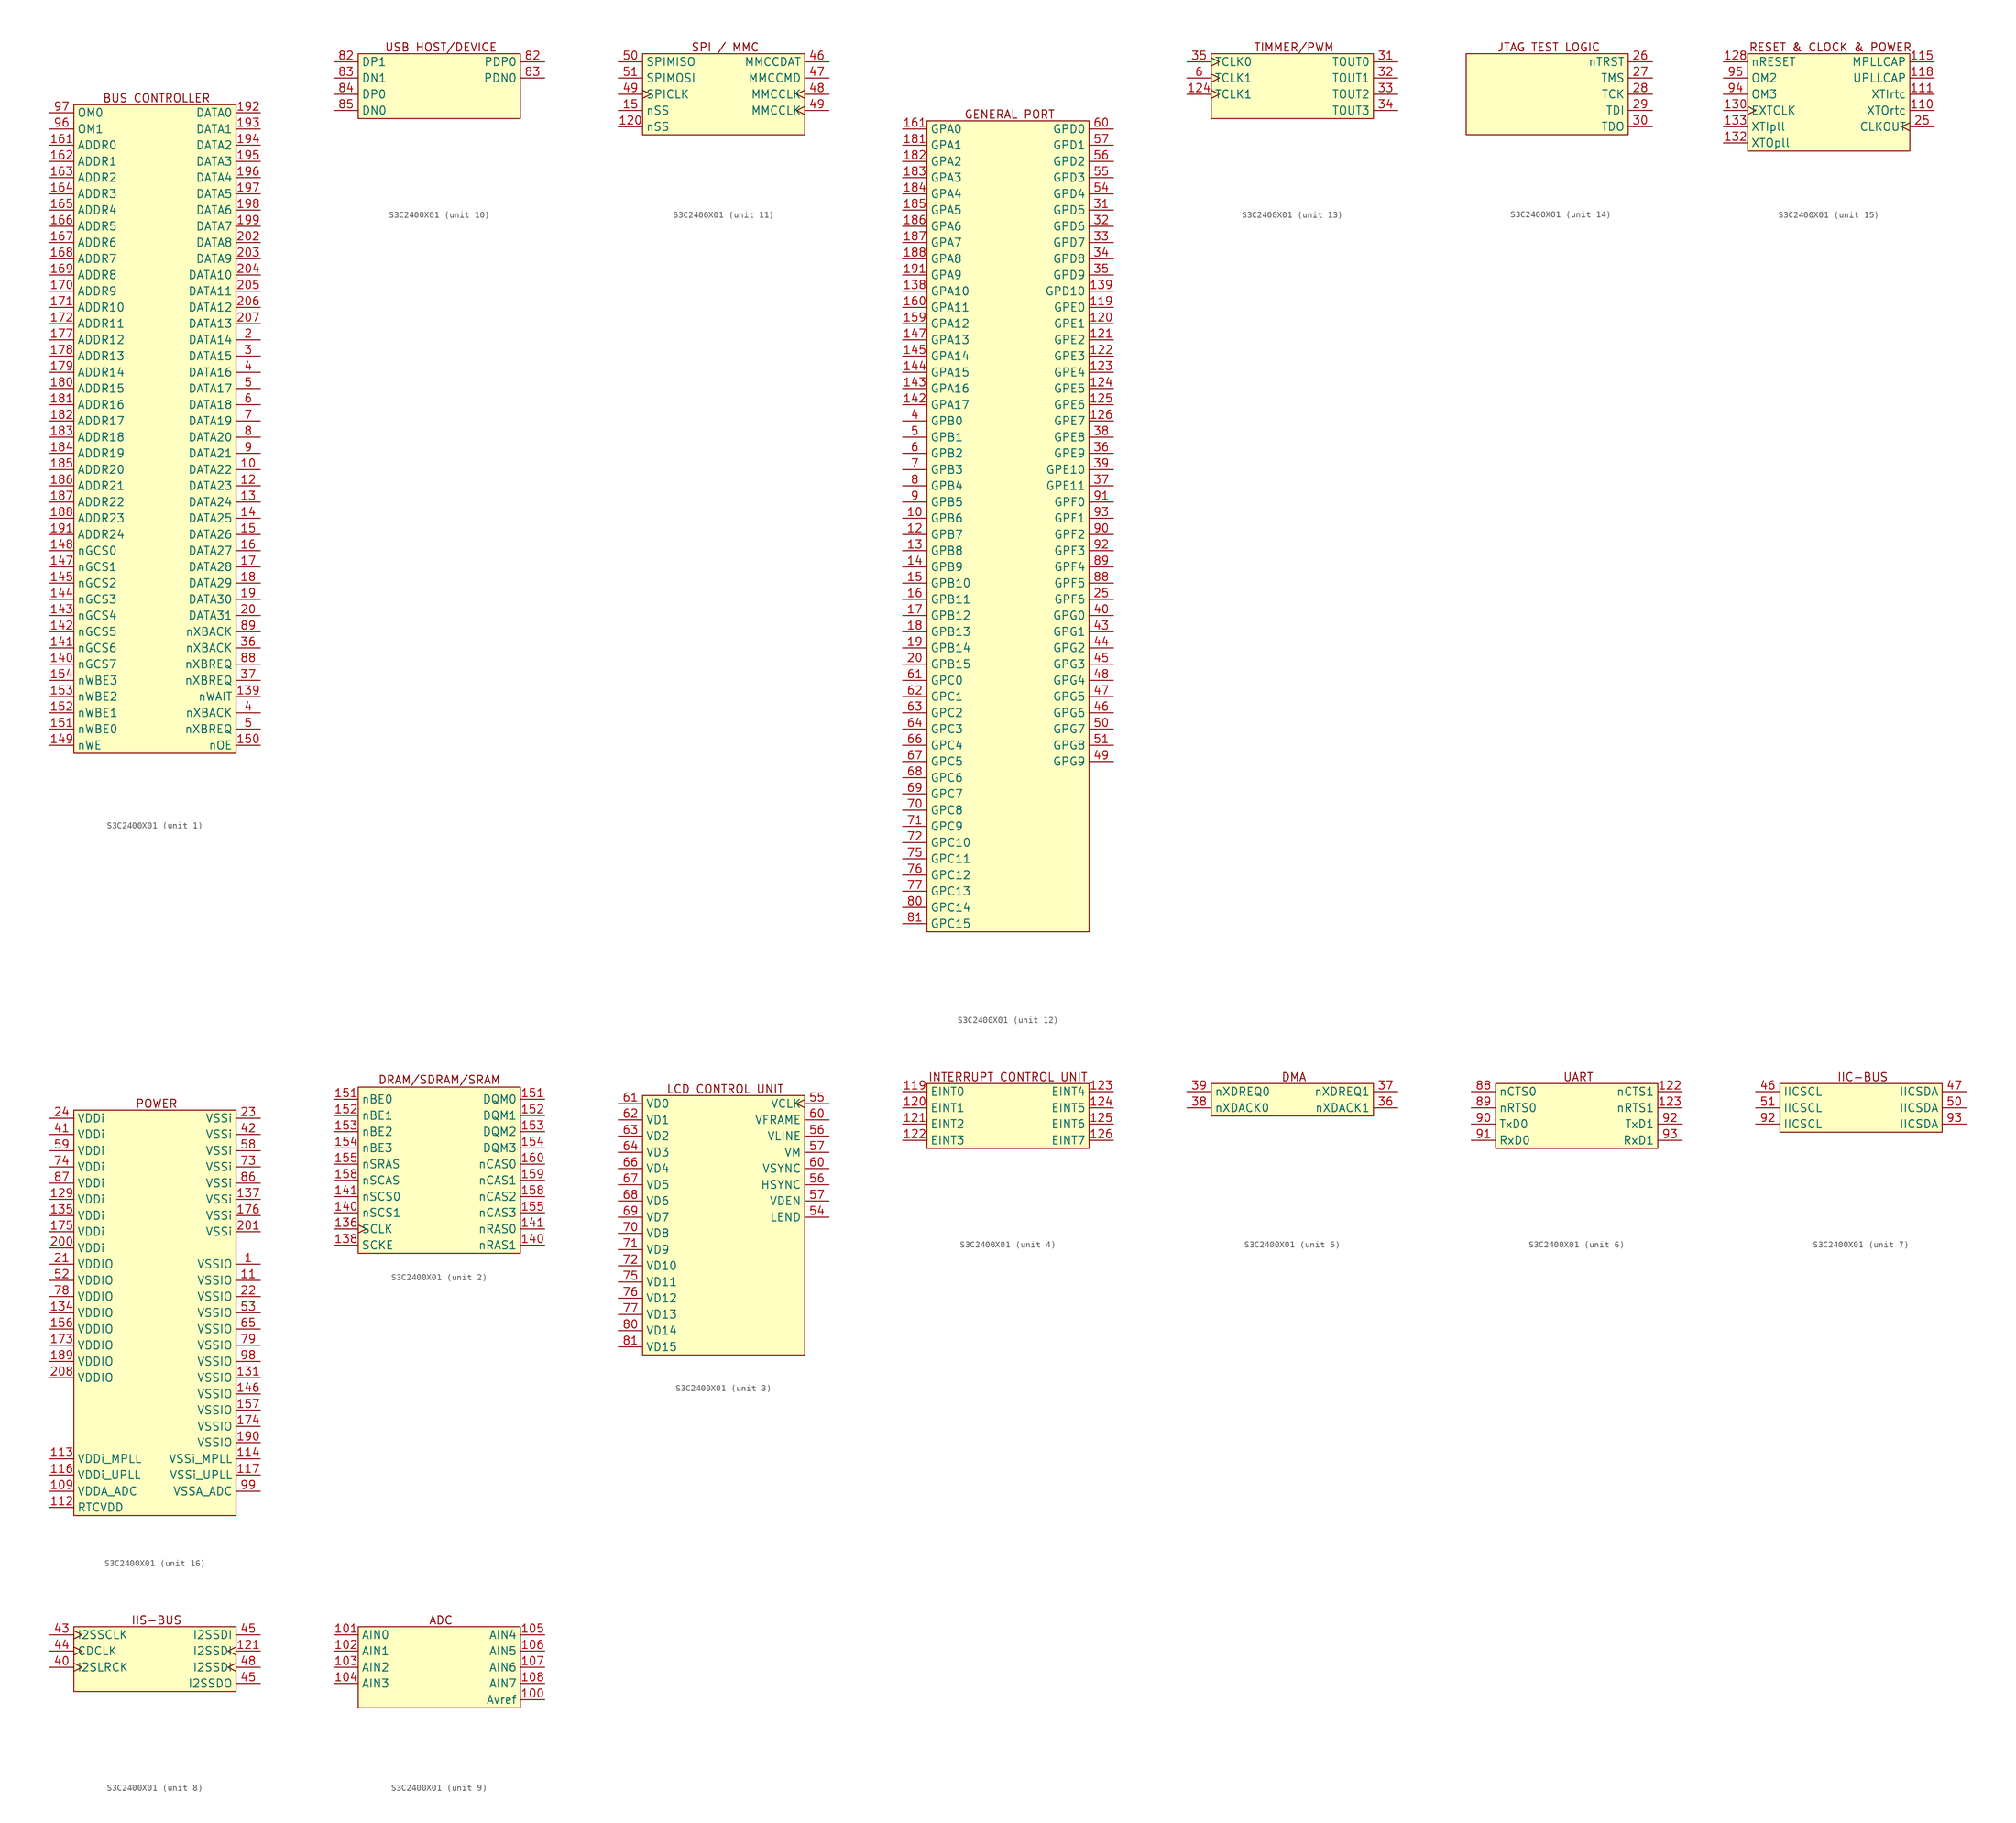
<source format=kicad_sym>
(kicad_symbol_lib
  (version 20241209)
  (generator "kicad_symbol_editor")
  (generator_version "9.0")
  (symbol "S3C2400X01"
    (property "Reference" "U"
      (at 0 -1.016 0)
      (effects (font (size 1.27 1.27)) (hide yes)))
    (property "Value" ""
      (at 0 0 0)
      (effects (font (size 1.27 1.27))))
    (property "ki_locked" ""
      (at 0 0 0)
      (effects (font (size 1.27 1.27))))
    (symbol "S3C2400X01_1_0"
      (pin input line (at -16.51 20.32 0) (length 3.81) (name "OM0" (effects (font (size 1.27 1.27)))) (number "97" (effects (font (size 1.27 1.27)))))
      (pin input line (at -16.51 17.78 0) (length 3.81) (name "OM1" (effects (font (size 1.27 1.27)))) (number "96" (effects (font (size 1.27 1.27)))))
      (pin output line (at -16.51 15.24 0) (length 3.81) (name "ADDR0" (effects (font (size 1.27 1.27)))) (number "161" (effects (font (size 1.27 1.27)))))
      (pin output line (at -16.51 12.7 0) (length 3.81) (name "ADDR1" (effects (font (size 1.27 1.27)))) (number "162" (effects (font (size 1.27 1.27)))))
      (pin output line (at -16.51 10.16 0) (length 3.81) (name "ADDR2" (effects (font (size 1.27 1.27)))) (number "163" (effects (font (size 1.27 1.27)))))
      (pin output line (at -16.51 7.62 0) (length 3.81) (name "ADDR3" (effects (font (size 1.27 1.27)))) (number "164" (effects (font (size 1.27 1.27)))))
      (pin output line (at -16.51 5.08 0) (length 3.81) (name "ADDR4" (effects (font (size 1.27 1.27)))) (number "165" (effects (font (size 1.27 1.27)))))
      (pin output line (at -16.51 2.54 0) (length 3.81) (name "ADDR5" (effects (font (size 1.27 1.27)))) (number "166" (effects (font (size 1.27 1.27)))))
      (pin output line (at -16.51 0 0) (length 3.81) (name "ADDR6" (effects (font (size 1.27 1.27)))) (number "167" (effects (font (size 1.27 1.27)))))
      (pin output line (at -16.51 -2.54 0) (length 3.81) (name "ADDR7" (effects (font (size 1.27 1.27)))) (number "168" (effects (font (size 1.27 1.27)))))
      (pin output line (at -16.51 -5.08 0) (length 3.81) (name "ADDR8" (effects (font (size 1.27 1.27)))) (number "169" (effects (font (size 1.27 1.27)))))
      (pin output line (at -16.51 -7.62 0) (length 3.81) (name "ADDR9" (effects (font (size 1.27 1.27)))) (number "170" (effects (font (size 1.27 1.27)))))
      (pin output line (at -16.51 -10.16 0) (length 3.81) (name "ADDR10" (effects (font (size 1.27 1.27)))) (number "171" (effects (font (size 1.27 1.27)))))
      (pin output line (at -16.51 -12.7 0) (length 3.81) (name "ADDR11" (effects (font (size 1.27 1.27)))) (number "172" (effects (font (size 1.27 1.27)))))
      (pin output line (at -16.51 -15.24 0) (length 3.81) (name "ADDR12" (effects (font (size 1.27 1.27)))) (number "177" (effects (font (size 1.27 1.27)))))
      (pin output line (at -16.51 -17.78 0) (length 3.81) (name "ADDR13" (effects (font (size 1.27 1.27)))) (number "178" (effects (font (size 1.27 1.27)))))
      (pin output line (at -16.51 -20.32 0) (length 3.81) (name "ADDR14" (effects (font (size 1.27 1.27)))) (number "179" (effects (font (size 1.27 1.27)))))
      (pin output line (at -16.51 -22.86 0) (length 3.81) (name "ADDR15" (effects (font (size 1.27 1.27)))) (number "180" (effects (font (size 1.27 1.27)))))
      (pin output line (at -16.51 -25.4 0) (length 3.81) (name "ADDR16" (effects (font (size 1.27 1.27)))) (number "181" (effects (font (size 1.27 1.27)))))
      (pin output line (at -16.51 -27.94 0) (length 3.81) (name "ADDR17" (effects (font (size 1.27 1.27)))) (number "182" (effects (font (size 1.27 1.27)))))
      (pin output line (at -16.51 -30.48 0) (length 3.81) (name "ADDR18" (effects (font (size 1.27 1.27)))) (number "183" (effects (font (size 1.27 1.27)))))
      (pin output line (at -16.51 -33.02 0) (length 3.81) (name "ADDR19" (effects (font (size 1.27 1.27)))) (number "184" (effects (font (size 1.27 1.27)))))
      (pin output line (at -16.51 -35.56 0) (length 3.81) (name "ADDR20" (effects (font (size 1.27 1.27)))) (number "185" (effects (font (size 1.27 1.27)))))
      (pin output line (at -16.51 -38.1 0) (length 3.81) (name "ADDR21" (effects (font (size 1.27 1.27)))) (number "186" (effects (font (size 1.27 1.27)))))
      (pin output line (at -16.51 -40.64 0) (length 3.81) (name "ADDR22" (effects (font (size 1.27 1.27)))) (number "187" (effects (font (size 1.27 1.27)))))
      (pin output line (at -16.51 -43.18 0) (length 3.81) (name "ADDR23" (effects (font (size 1.27 1.27)))) (number "188" (effects (font (size 1.27 1.27)))))
      (pin output line (at -16.51 -45.72 0) (length 3.81) (name "ADDR24" (effects (font (size 1.27 1.27)))) (number "191" (effects (font (size 1.27 1.27)))))
      (pin output line (at -16.51 -48.26 0) (length 3.81) (name "nGCS0" (effects (font (size 1.27 1.27)))) (number "148" (effects (font (size 1.27 1.27)))))
      (pin output line (at -16.51 -50.8 0) (length 3.81) (name "nGCS1" (effects (font (size 1.27 1.27)))) (number "147" (effects (font (size 1.27 1.27)))))
      (pin output line (at -16.51 -53.34 0) (length 3.81) (name "nGCS2" (effects (font (size 1.27 1.27)))) (number "145" (effects (font (size 1.27 1.27)))))
      (pin output line (at -16.51 -55.88 0) (length 3.81) (name "nGCS3" (effects (font (size 1.27 1.27)))) (number "144" (effects (font (size 1.27 1.27)))))
      (pin output line (at -16.51 -58.42 0) (length 3.81) (name "nGCS4" (effects (font (size 1.27 1.27)))) (number "143" (effects (font (size 1.27 1.27)))))
      (pin output line (at -16.51 -60.96 0) (length 3.81) (name "nGCS5" (effects (font (size 1.27 1.27)))) (number "142" (effects (font (size 1.27 1.27)))))
      (pin output line (at -16.51 -63.5 0) (length 3.81) (name "nGCS6" (effects (font (size 1.27 1.27)))) (number "141" (effects (font (size 1.27 1.27)))))
      (pin output line (at -16.51 -66.04 0) (length 3.81) (name "nGCS7" (effects (font (size 1.27 1.27)))) (number "140" (effects (font (size 1.27 1.27)))))
      (pin output line (at -16.51 -68.58 0) (length 3.81) (name "nWBE3" (effects (font (size 1.27 1.27)))) (number "154" (effects (font (size 1.27 1.27)))))
      (pin output line (at -16.51 -71.12 0) (length 3.81) (name "nWBE2" (effects (font (size 1.27 1.27)))) (number "153" (effects (font (size 1.27 1.27)))))
      (pin output line (at -16.51 -73.66 0) (length 3.81) (name "nWBE1" (effects (font (size 1.27 1.27)))) (number "152" (effects (font (size 1.27 1.27)))))
      (pin output line (at -16.51 -76.2 0) (length 3.81) (name "nWBE0" (effects (font (size 1.27 1.27)))) (number "151" (effects (font (size 1.27 1.27)))))
      (pin output line (at -16.51 -78.74 0) (length 3.81) (name "nWE" (effects (font (size 1.27 1.27)))) (number "149" (effects (font (size 1.27 1.27)))))
      (pin bidirectional line (at 16.51 20.32 180) (length 3.81) (name "DATA0" (effects (font (size 1.27 1.27)))) (number "192" (effects (font (size 1.27 1.27)))))
      (pin bidirectional line (at 16.51 17.78 180) (length 3.81) (name "DATA1" (effects (font (size 1.27 1.27)))) (number "193" (effects (font (size 1.27 1.27)))))
      (pin bidirectional line (at 16.51 15.24 180) (length 3.81) (name "DATA2" (effects (font (size 1.27 1.27)))) (number "194" (effects (font (size 1.27 1.27)))))
      (pin bidirectional line (at 16.51 12.7 180) (length 3.81) (name "DATA3" (effects (font (size 1.27 1.27)))) (number "195" (effects (font (size 1.27 1.27)))))
      (pin bidirectional line (at 16.51 10.16 180) (length 3.81) (name "DATA4" (effects (font (size 1.27 1.27)))) (number "196" (effects (font (size 1.27 1.27)))))
      (pin bidirectional line (at 16.51 7.62 180) (length 3.81) (name "DATA5" (effects (font (size 1.27 1.27)))) (number "197" (effects (font (size 1.27 1.27)))))
      (pin bidirectional line (at 16.51 5.08 180) (length 3.81) (name "DATA6" (effects (font (size 1.27 1.27)))) (number "198" (effects (font (size 1.27 1.27)))))
      (pin bidirectional line (at 16.51 2.54 180) (length 3.81) (name "DATA7" (effects (font (size 1.27 1.27)))) (number "199" (effects (font (size 1.27 1.27)))))
      (pin bidirectional line (at 16.51 0 180) (length 3.81) (name "DATA8" (effects (font (size 1.27 1.27)))) (number "202" (effects (font (size 1.27 1.27)))))
      (pin bidirectional line (at 16.51 -2.54 180) (length 3.81) (name "DATA9" (effects (font (size 1.27 1.27)))) (number "203" (effects (font (size 1.27 1.27)))))
      (pin bidirectional line (at 16.51 -5.08 180) (length 3.81) (name "DATA10" (effects (font (size 1.27 1.27)))) (number "204" (effects (font (size 1.27 1.27)))))
      (pin bidirectional line (at 16.51 -7.62 180) (length 3.81) (name "DATA11" (effects (font (size 1.27 1.27)))) (number "205" (effects (font (size 1.27 1.27)))))
      (pin bidirectional line (at 16.51 -10.16 180) (length 3.81) (name "DATA12" (effects (font (size 1.27 1.27)))) (number "206" (effects (font (size 1.27 1.27)))))
      (pin bidirectional line (at 16.51 -12.7 180) (length 3.81) (name "DATA13" (effects (font (size 1.27 1.27)))) (number "207" (effects (font (size 1.27 1.27)))))
      (pin bidirectional line (at 16.51 -15.24 180) (length 3.81) (name "DATA14" (effects (font (size 1.27 1.27)))) (number "2" (effects (font (size 1.27 1.27)))))
      (pin bidirectional line (at 16.51 -17.78 180) (length 3.81) (name "DATA15" (effects (font (size 1.27 1.27)))) (number "3" (effects (font (size 1.27 1.27)))))
      (pin bidirectional line (at 16.51 -20.32 180) (length 3.81) (name "DATA16" (effects (font (size 1.27 1.27)))) (number "4" (effects (font (size 1.27 1.27)))))
      (pin bidirectional line (at 16.51 -22.86 180) (length 3.81) (name "DATA17" (effects (font (size 1.27 1.27)))) (number "5" (effects (font (size 1.27 1.27)))))
      (pin bidirectional line (at 16.51 -25.4 180) (length 3.81) (name "DATA18" (effects (font (size 1.27 1.27)))) (number "6" (effects (font (size 1.27 1.27)))))
      (pin bidirectional line (at 16.51 -27.94 180) (length 3.81) (name "DATA19" (effects (font (size 1.27 1.27)))) (number "7" (effects (font (size 1.27 1.27)))))
      (pin bidirectional line (at 16.51 -30.48 180) (length 3.81) (name "DATA20" (effects (font (size 1.27 1.27)))) (number "8" (effects (font (size 1.27 1.27)))))
      (pin bidirectional line (at 16.51 -33.02 180) (length 3.81) (name "DATA21" (effects (font (size 1.27 1.27)))) (number "9" (effects (font (size 1.27 1.27)))))
      (pin bidirectional line (at 16.51 -35.56 180) (length 3.81) (name "DATA22" (effects (font (size 1.27 1.27)))) (number "10" (effects (font (size 1.27 1.27)))))
      (pin bidirectional line (at 16.51 -38.1 180) (length 3.81) (name "DATA23" (effects (font (size 1.27 1.27)))) (number "12" (effects (font (size 1.27 1.27)))))
      (pin bidirectional line (at 16.51 -40.64 180) (length 3.81) (name "DATA24" (effects (font (size 1.27 1.27)))) (number "13" (effects (font (size 1.27 1.27)))))
      (pin bidirectional line (at 16.51 -43.18 180) (length 3.81) (name "DATA25" (effects (font (size 1.27 1.27)))) (number "14" (effects (font (size 1.27 1.27)))))
      (pin bidirectional line (at 16.51 -45.72 180) (length 3.81) (name "DATA26" (effects (font (size 1.27 1.27)))) (number "15" (effects (font (size 1.27 1.27)))))
      (pin bidirectional line (at 16.51 -48.26 180) (length 3.81) (name "DATA27" (effects (font (size 1.27 1.27)))) (number "16" (effects (font (size 1.27 1.27)))))
      (pin bidirectional line (at 16.51 -50.8 180) (length 3.81) (name "DATA28" (effects (font (size 1.27 1.27)))) (number "17" (effects (font (size 1.27 1.27)))))
      (pin bidirectional line (at 16.51 -53.34 180) (length 3.81) (name "DATA29" (effects (font (size 1.27 1.27)))) (number "18" (effects (font (size 1.27 1.27)))))
      (pin bidirectional line (at 16.51 -55.88 180) (length 3.81) (name "DATA30" (effects (font (size 1.27 1.27)))) (number "19" (effects (font (size 1.27 1.27)))))
      (pin bidirectional line (at 16.51 -58.42 180) (length 3.81) (name "DATA31" (effects (font (size 1.27 1.27)))) (number "20" (effects (font (size 1.27 1.27)))))
      (pin input line (at 16.51 -60.96 180) (length 3.81) (name "nXBACK" (effects (font (size 1.27 1.27)))) (number "89" (effects (font (size 1.27 1.27)))))
      (pin input line (at 16.51 -63.5 180) (length 3.81) (name "nXBACK" (effects (font (size 1.27 1.27)))) (number "36" (effects (font (size 1.27 1.27)))))
      (pin input line (at 16.51 -66.04 180) (length 3.81) (name "nXBREQ" (effects (font (size 1.27 1.27)))) (number "88" (effects (font (size 1.27 1.27)))))
      (pin input line (at 16.51 -68.58 180) (length 3.81) (name "nXBREQ" (effects (font (size 1.27 1.27)))) (number "37" (effects (font (size 1.27 1.27)))))
      (pin input line (at 16.51 -71.12 180) (length 3.81) (name "nWAIT" (effects (font (size 1.27 1.27)))) (number "139" (effects (font (size 1.27 1.27)))))
      (pin output line (at 16.51 -73.66 180) (length 3.81) (name "nXBACK" (effects (font (size 1.27 1.27)))) (number "4" (effects (font (size 1.27 1.27)))))
      (pin input line (at 16.51 -76.2 180) (length 3.81) (name "nXBREQ" (effects (font (size 1.27 1.27)))) (number "5" (effects (font (size 1.27 1.27)))))
      (pin output line (at 16.51 -78.74 180) (length 3.81) (name "nOE" (effects (font (size 1.27 1.27)))) (number "150" (effects (font (size 1.27 1.27))))))
    (symbol "S3C2400X01_1_1"
      (rectangle (start -12.7 21.59) (end 12.7 -80.01) (stroke (width 0) (type default)) (fill (type background)))
      (text "BUS CONTROLLER" (at 0.254 22.606 0) (effects (font (size 1.27 1.27)))))
    (symbol "S3C2400X01_2_0"
      (pin output line (at -16.51 19.05 0) (length 3.81) (name "nBE0" (effects (font (size 1.27 1.27)))) (number "151" (effects (font (size 1.27 1.27)))))
      (pin output line (at -16.51 16.51 0) (length 3.81) (name "nBE1" (effects (font (size 1.27 1.27)))) (number "152" (effects (font (size 1.27 1.27)))))
      (pin output line (at -16.51 13.97 0) (length 3.81) (name "nBE2" (effects (font (size 1.27 1.27)))) (number "153" (effects (font (size 1.27 1.27)))))
      (pin output line (at -16.51 11.43 0) (length 3.81) (name "nBE3" (effects (font (size 1.27 1.27)))) (number "154" (effects (font (size 1.27 1.27)))))
      (pin output line (at -16.51 8.89 0) (length 3.81) (name "nSRAS" (effects (font (size 1.27 1.27)))) (number "155" (effects (font (size 1.27 1.27)))))
      (pin output line (at -16.51 6.35 0) (length 3.81) (name "nSCAS" (effects (font (size 1.27 1.27)))) (number "158" (effects (font (size 1.27 1.27)))))
      (pin output line (at -16.51 3.81 0) (length 3.81) (name "nSCS0" (effects (font (size 1.27 1.27)))) (number "141" (effects (font (size 1.27 1.27)))))
      (pin output line (at -16.51 1.27 0) (length 3.81) (name "nSCS1" (effects (font (size 1.27 1.27)))) (number "140" (effects (font (size 1.27 1.27)))))
      (pin output clock (at -16.51 -1.27 0) (length 3.81) (name "SCLK" (effects (font (size 1.27 1.27)))) (number "136" (effects (font (size 1.27 1.27)))))
      (pin output line (at -16.51 -3.81 0) (length 3.81) (name "SCKE" (effects (font (size 1.27 1.27)))) (number "138" (effects (font (size 1.27 1.27)))))
      (pin output line (at 16.51 19.05 180) (length 3.81) (name "DQM0" (effects (font (size 1.27 1.27)))) (number "151" (effects (font (size 1.27 1.27)))))
      (pin output line (at 16.51 16.51 180) (length 3.81) (name "DQM1" (effects (font (size 1.27 1.27)))) (number "152" (effects (font (size 1.27 1.27)))))
      (pin output line (at 16.51 13.97 180) (length 3.81) (name "DQM2" (effects (font (size 1.27 1.27)))) (number "153" (effects (font (size 1.27 1.27)))))
      (pin output line (at 16.51 11.43 180) (length 3.81) (name "DQM3" (effects (font (size 1.27 1.27)))) (number "154" (effects (font (size 1.27 1.27)))))
      (pin output line (at 16.51 8.89 180) (length 3.81) (name "nCAS0" (effects (font (size 1.27 1.27)))) (number "160" (effects (font (size 1.27 1.27)))))
      (pin output line (at 16.51 6.35 180) (length 3.81) (name "nCAS1" (effects (font (size 1.27 1.27)))) (number "159" (effects (font (size 1.27 1.27)))))
      (pin output line (at 16.51 3.81 180) (length 3.81) (name "nCAS2" (effects (font (size 1.27 1.27)))) (number "158" (effects (font (size 1.27 1.27)))))
      (pin output line (at 16.51 1.27 180) (length 3.81) (name "nCAS3" (effects (font (size 1.27 1.27)))) (number "155" (effects (font (size 1.27 1.27)))))
      (pin output line (at 16.51 -1.27 180) (length 3.81) (name "nRAS0" (effects (font (size 1.27 1.27)))) (number "141" (effects (font (size 1.27 1.27)))))
      (pin output line (at 16.51 -3.81 180) (length 3.81) (name "nRAS1" (effects (font (size 1.27 1.27)))) (number "140" (effects (font (size 1.27 1.27))))))
    (symbol "S3C2400X01_2_1"
      (rectangle (start -12.7 20.955) (end 12.7 -5.08) (stroke (width 0) (type default)) (fill (type background)))
      (text "DRAM/SDRAM/SRAM" (at 0 22.098 0) (effects (font (size 1.27 1.27)))))
    (symbol "S3C2400X01_3_0"
      (pin output line (at -16.51 20.32 0) (length 3.81) (name "VD0" (effects (font (size 1.27 1.27)))) (number "61" (effects (font (size 1.27 1.27)))))
      (pin output line (at -16.51 17.78 0) (length 3.81) (name "VD1" (effects (font (size 1.27 1.27)))) (number "62" (effects (font (size 1.27 1.27)))))
      (pin output line (at -16.51 15.24 0) (length 3.81) (name "VD2" (effects (font (size 1.27 1.27)))) (number "63" (effects (font (size 1.27 1.27)))))
      (pin output line (at -16.51 12.7 0) (length 3.81) (name "VD3" (effects (font (size 1.27 1.27)))) (number "64" (effects (font (size 1.27 1.27)))))
      (pin output line (at -16.51 10.16 0) (length 3.81) (name "VD4" (effects (font (size 1.27 1.27)))) (number "66" (effects (font (size 1.27 1.27)))))
      (pin output line (at -16.51 7.62 0) (length 3.81) (name "VD5" (effects (font (size 1.27 1.27)))) (number "67" (effects (font (size 1.27 1.27)))))
      (pin output line (at -16.51 5.08 0) (length 3.81) (name "VD6" (effects (font (size 1.27 1.27)))) (number "68" (effects (font (size 1.27 1.27)))))
      (pin output line (at -16.51 2.54 0) (length 3.81) (name "VD7" (effects (font (size 1.27 1.27)))) (number "69" (effects (font (size 1.27 1.27)))))
      (pin output line (at -16.51 0 0) (length 3.81) (name "VD8" (effects (font (size 1.27 1.27)))) (number "70" (effects (font (size 1.27 1.27)))))
      (pin output line (at -16.51 -2.54 0) (length 3.81) (name "VD9" (effects (font (size 1.27 1.27)))) (number "71" (effects (font (size 1.27 1.27)))))
      (pin output line (at -16.51 -5.08 0) (length 3.81) (name "VD10" (effects (font (size 1.27 1.27)))) (number "72" (effects (font (size 1.27 1.27)))))
      (pin output line (at -16.51 -7.62 0) (length 3.81) (name "VD11" (effects (font (size 1.27 1.27)))) (number "75" (effects (font (size 1.27 1.27)))))
      (pin output line (at -16.51 -10.16 0) (length 3.81) (name "VD12" (effects (font (size 1.27 1.27)))) (number "76" (effects (font (size 1.27 1.27)))))
      (pin output line (at -16.51 -12.7 0) (length 3.81) (name "VD13" (effects (font (size 1.27 1.27)))) (number "77" (effects (font (size 1.27 1.27)))))
      (pin output line (at -16.51 -15.24 0) (length 3.81) (name "VD14" (effects (font (size 1.27 1.27)))) (number "80" (effects (font (size 1.27 1.27)))))
      (pin output line (at -16.51 -17.78 0) (length 3.81) (name "VD15" (effects (font (size 1.27 1.27)))) (number "81" (effects (font (size 1.27 1.27)))))
      (pin output clock (at 16.51 20.32 180) (length 3.81) (name "VCLK" (effects (font (size 1.27 1.27)))) (number "55" (effects (font (size 1.27 1.27)))))
      (pin output line (at 16.51 17.78 180) (length 3.81) (name "VFRAME" (effects (font (size 1.27 1.27)))) (number "60" (effects (font (size 1.27 1.27)))))
      (pin output line (at 16.51 15.24 180) (length 3.81) (name "VLINE" (effects (font (size 1.27 1.27)))) (number "56" (effects (font (size 1.27 1.27)))))
      (pin output line (at 16.51 12.7 180) (length 3.81) (name "VM" (effects (font (size 1.27 1.27)))) (number "57" (effects (font (size 1.27 1.27)))))
      (pin output line (at 16.51 10.16 180) (length 3.81) (name "VSYNC" (effects (font (size 1.27 1.27)))) (number "60" (effects (font (size 1.27 1.27)))))
      (pin output line (at 16.51 7.62 180) (length 3.81) (name "HSYNC" (effects (font (size 1.27 1.27)))) (number "56" (effects (font (size 1.27 1.27)))))
      (pin output line (at 16.51 5.08 180) (length 3.81) (name "VDEN" (effects (font (size 1.27 1.27)))) (number "57" (effects (font (size 1.27 1.27)))))
      (pin output line (at 16.51 2.54 180) (length 3.81) (name "LEND" (effects (font (size 1.27 1.27)))) (number "54" (effects (font (size 1.27 1.27))))))
    (symbol "S3C2400X01_3_1"
      (rectangle (start -12.7 21.59) (end 12.7 -19.05) (stroke (width 0) (type default)) (fill (type background)))
      (text "LCD CONTROL UNIT" (at 0.254 22.606 0) (effects (font (size 1.27 1.27)))))
    (symbol "S3C2400X01_4_0"
      (pin input line (at -16.51 20.32 0) (length 3.81) (name "EINT0" (effects (font (size 1.27 1.27)))) (number "119" (effects (font (size 1.27 1.27)))))
      (pin input line (at -16.51 17.78 0) (length 3.81) (name "EINT1" (effects (font (size 1.27 1.27)))) (number "120" (effects (font (size 1.27 1.27)))))
      (pin input line (at -16.51 15.24 0) (length 3.81) (name "EINT2" (effects (font (size 1.27 1.27)))) (number "121" (effects (font (size 1.27 1.27)))))
      (pin input line (at -16.51 12.7 0) (length 3.81) (name "EINT3" (effects (font (size 1.27 1.27)))) (number "122" (effects (font (size 1.27 1.27)))))
      (pin input line (at 16.51 20.32 180) (length 3.81) (name "EINT4" (effects (font (size 1.27 1.27)))) (number "123" (effects (font (size 1.27 1.27)))))
      (pin input line (at 16.51 17.78 180) (length 3.81) (name "EINT5" (effects (font (size 1.27 1.27)))) (number "124" (effects (font (size 1.27 1.27)))))
      (pin input line (at 16.51 15.24 180) (length 3.81) (name "EINT6" (effects (font (size 1.27 1.27)))) (number "125" (effects (font (size 1.27 1.27)))))
      (pin input line (at 16.51 12.7 180) (length 3.81) (name "EINT7" (effects (font (size 1.27 1.27)))) (number "126" (effects (font (size 1.27 1.27))))))
    (symbol "S3C2400X01_4_1"
      (rectangle (start -12.7 21.59) (end 12.7 11.43) (stroke (width 0) (type default)) (fill (type background)))
      (text "INTERRUPT CONTROL UNIT" (at 0 22.606 0) (effects (font (size 1.27 1.27)))))
    (symbol "S3C2400X01_5_0"
      (pin input line (at -16.51 20.32 0) (length 3.81) (name "nXDREQ0" (effects (font (size 1.27 1.27)))) (number "39" (effects (font (size 1.27 1.27)))))
      (pin output line (at -16.51 17.78 0) (length 3.81) (name "nXDACK0" (effects (font (size 1.27 1.27)))) (number "38" (effects (font (size 1.27 1.27)))))
      (pin input line (at 16.51 20.32 180) (length 3.81) (name "nXDREQ1" (effects (font (size 1.27 1.27)))) (number "37" (effects (font (size 1.27 1.27)))))
      (pin output line (at 16.51 17.78 180) (length 3.81) (name "nXDACK1" (effects (font (size 1.27 1.27)))) (number "36" (effects (font (size 1.27 1.27))))))
    (symbol "S3C2400X01_5_1"
      (rectangle (start -12.7 21.59) (end 12.7 16.51) (stroke (width 0) (type default)) (fill (type background)))
      (text "DMA" (at 0.254 22.606 0) (effects (font (size 1.27 1.27)))))
    (symbol "S3C2400X01_6_0"
      (pin input line (at -16.51 20.32 0) (length 3.81) (name "nCTS0" (effects (font (size 1.27 1.27)))) (number "88" (effects (font (size 1.27 1.27)))))
      (pin output line (at -16.51 17.78 0) (length 3.81) (name "nRTS0" (effects (font (size 1.27 1.27)))) (number "89" (effects (font (size 1.27 1.27)))))
      (pin output line (at -16.51 15.24 0) (length 3.81) (name "TxD0" (effects (font (size 1.27 1.27)))) (number "90" (effects (font (size 1.27 1.27)))))
      (pin input line (at -16.51 12.7 0) (length 3.81) (name "RxD0" (effects (font (size 1.27 1.27)))) (number "91" (effects (font (size 1.27 1.27)))))
      (pin input line (at 16.51 20.32 180) (length 3.81) (name "nCTS1" (effects (font (size 1.27 1.27)))) (number "122" (effects (font (size 1.27 1.27)))))
      (pin output line (at 16.51 17.78 180) (length 3.81) (name "nRTS1" (effects (font (size 1.27 1.27)))) (number "123" (effects (font (size 1.27 1.27)))))
      (pin output line (at 16.51 15.24 180) (length 3.81) (name "TxD1" (effects (font (size 1.27 1.27)))) (number "92" (effects (font (size 1.27 1.27)))))
      (pin input line (at 16.51 12.7 180) (length 3.81) (name "RxD1" (effects (font (size 1.27 1.27)))) (number "93" (effects (font (size 1.27 1.27))))))
    (symbol "S3C2400X01_6_1"
      (rectangle (start -12.7 21.59) (end 12.7 11.43) (stroke (width 0) (type default)) (fill (type background)))
      (text "UART" (at 0.254 22.606 0) (effects (font (size 1.27 1.27)))))
    (symbol "S3C2400X01_7_0"
      (pin bidirectional line (at -16.51 20.32 0) (length 3.81) (name "IICSCL" (effects (font (size 1.27 1.27)))) (number "46" (effects (font (size 1.27 1.27)))))
      (pin bidirectional line (at -16.51 17.78 0) (length 3.81) (name "IICSCL" (effects (font (size 1.27 1.27)))) (number "51" (effects (font (size 1.27 1.27)))))
      (pin bidirectional line (at -16.51 15.24 0) (length 3.81) (name "IICSCL" (effects (font (size 1.27 1.27)))) (number "92" (effects (font (size 1.27 1.27)))))
      (pin bidirectional line (at 16.51 20.32 180) (length 3.81) (name "IICSDA" (effects (font (size 1.27 1.27)))) (number "47" (effects (font (size 1.27 1.27)))))
      (pin bidirectional line (at 16.51 17.78 180) (length 3.81) (name "IICSDA" (effects (font (size 1.27 1.27)))) (number "50" (effects (font (size 1.27 1.27)))))
      (pin bidirectional line (at 16.51 15.24 180) (length 3.81) (name "IICSDA" (effects (font (size 1.27 1.27)))) (number "93" (effects (font (size 1.27 1.27))))))
    (symbol "S3C2400X01_7_1"
      (rectangle (start -12.7 21.59) (end 12.7 13.97) (stroke (width 0) (type default)) (fill (type background)))
      (text "IIC-BUS" (at 0.254 22.606 0) (effects (font (size 1.27 1.27)))))
    (symbol "S3C2400X01_8_0"
      (pin bidirectional clock (at -16.51 20.32 0) (length 3.81) (name "I2SSCLK" (effects (font (size 1.27 1.27)))) (number "43" (effects (font (size 1.27 1.27)))))
      (pin output clock (at -16.51 17.78 0) (length 3.81) (name "CDCLK" (effects (font (size 1.27 1.27)))) (number "44" (effects (font (size 1.27 1.27)))))
      (pin bidirectional clock (at -16.51 15.24 0) (length 3.81) (name "I2SLRCK" (effects (font (size 1.27 1.27)))) (number "40" (effects (font (size 1.27 1.27)))))
      (pin input line (at 16.51 20.32 180) (length 3.81) (name "I2SSDI" (effects (font (size 1.27 1.27)))) (number "45" (effects (font (size 1.27 1.27)))))
      (pin input clock (at 16.51 17.78 180) (length 3.81) (name "I2SSDI" (effects (font (size 1.27 1.27)))) (number "121" (effects (font (size 1.27 1.27)))))
      (pin input clock (at 16.51 15.24 180) (length 3.81) (name "I2SSDI" (effects (font (size 1.27 1.27)))) (number "48" (effects (font (size 1.27 1.27)))))
      (pin output line (at 16.51 12.7 180) (length 3.81) (name "I2SSDO" (effects (font (size 1.27 1.27)))) (number "45" (effects (font (size 1.27 1.27))))))
    (symbol "S3C2400X01_8_1"
      (rectangle (start -12.7 21.59) (end 12.7 11.43) (stroke (width 0) (type default)) (fill (type background)))
      (text "IIS-BUS" (at 0.254 22.606 0) (effects (font (size 1.27 1.27)))))
    (symbol "S3C2400X01_9_0"
      (pin input line (at -16.51 20.32 0) (length 3.81) (name "AIN0" (effects (font (size 1.27 1.27)))) (number "101" (effects (font (size 1.27 1.27)))))
      (pin input line (at -16.51 17.78 0) (length 3.81) (name "AIN1" (effects (font (size 1.27 1.27)))) (number "102" (effects (font (size 1.27 1.27)))))
      (pin input line (at -16.51 15.24 0) (length 3.81) (name "AIN2" (effects (font (size 1.27 1.27)))) (number "103" (effects (font (size 1.27 1.27)))))
      (pin input line (at -16.51 12.7 0) (length 3.81) (name "AIN3" (effects (font (size 1.27 1.27)))) (number "104" (effects (font (size 1.27 1.27)))))
      (pin input line (at 16.51 20.32 180) (length 3.81) (name "AIN4" (effects (font (size 1.27 1.27)))) (number "105" (effects (font (size 1.27 1.27)))))
      (pin input line (at 16.51 17.78 180) (length 3.81) (name "AIN5" (effects (font (size 1.27 1.27)))) (number "106" (effects (font (size 1.27 1.27)))))
      (pin input line (at 16.51 15.24 180) (length 3.81) (name "AIN6" (effects (font (size 1.27 1.27)))) (number "107" (effects (font (size 1.27 1.27)))))
      (pin input line (at 16.51 12.7 180) (length 3.81) (name "AIN7" (effects (font (size 1.27 1.27)))) (number "108" (effects (font (size 1.27 1.27)))))
      (pin input line (at 16.51 10.16 180) (length 3.81) (name "Avref" (effects (font (size 1.27 1.27)))) (number "100" (effects (font (size 1.27 1.27))))))
    (symbol "S3C2400X01_9_1"
      (rectangle (start -12.7 21.59) (end 12.7 8.89) (stroke (width 0) (type default)) (fill (type background)))
      (text "ADC" (at 0.254 22.606 0) (effects (font (size 1.27 1.27)))))
    (symbol "S3C2400X01_10_0"
      (pin bidirectional line (at -16.51 20.32 0) (length 3.81) (name "DP1" (effects (font (size 1.27 1.27)))) (number "82" (effects (font (size 1.27 1.27)))))
      (pin bidirectional line (at -16.51 17.78 0) (length 3.81) (name "DN1" (effects (font (size 1.27 1.27)))) (number "83" (effects (font (size 1.27 1.27)))))
      (pin bidirectional line (at -16.51 15.24 0) (length 3.81) (name "DP0" (effects (font (size 1.27 1.27)))) (number "84" (effects (font (size 1.27 1.27)))))
      (pin bidirectional line (at -16.51 12.7 0) (length 3.81) (name "DN0" (effects (font (size 1.27 1.27)))) (number "85" (effects (font (size 1.27 1.27)))))
      (pin bidirectional line (at 16.51 20.32 180) (length 3.81) (name "PDP0" (effects (font (size 1.27 1.27)))) (number "82" (effects (font (size 1.27 1.27)))))
      (pin bidirectional line (at 16.51 17.78 180) (length 3.81) (name "PDN0" (effects (font (size 1.27 1.27)))) (number "83" (effects (font (size 1.27 1.27))))))
    (symbol "S3C2400X01_10_1"
      (rectangle (start -12.7 21.59) (end 12.7 11.43) (stroke (width 0) (type default)) (fill (type background)))
      (text "USB HOST/DEVICE" (at 0.254 22.606 0) (effects (font (size 1.27 1.27)))))
    (symbol "S3C2400X01_11_0"
      (pin bidirectional line (at -16.51 20.32 0) (length 3.81) (name "SPIMISO" (effects (font (size 1.27 1.27)))) (number "50" (effects (font (size 1.27 1.27)))))
      (pin bidirectional line (at -16.51 17.78 0) (length 3.81) (name "SPIMOSI" (effects (font (size 1.27 1.27)))) (number "51" (effects (font (size 1.27 1.27)))))
      (pin bidirectional clock (at -16.51 15.24 0) (length 3.81) (name "SPICLK" (effects (font (size 1.27 1.27)))) (number "49" (effects (font (size 1.27 1.27)))))
      (pin bidirectional line (at -16.51 12.7 0) (length 3.81) (name "nSS" (effects (font (size 1.27 1.27)))) (number "15" (effects (font (size 1.27 1.27)))))
      (pin bidirectional line (at -16.51 10.16 0) (length 3.81) (name "nSS" (effects (font (size 1.27 1.27)))) (number "120" (effects (font (size 1.27 1.27)))))
      (pin bidirectional line (at 16.51 20.32 180) (length 3.81) (name "MMCCDAT" (effects (font (size 1.27 1.27)))) (number "46" (effects (font (size 1.27 1.27)))))
      (pin bidirectional line (at 16.51 17.78 180) (length 3.81) (name "MMCCMD" (effects (font (size 1.27 1.27)))) (number "47" (effects (font (size 1.27 1.27)))))
      (pin output clock (at 16.51 15.24 180) (length 3.81) (name "MMCCLK" (effects (font (size 1.27 1.27)))) (number "48" (effects (font (size 1.27 1.27)))))
      (pin output clock (at 16.51 12.7 180) (length 3.81) (name "MMCCLK" (effects (font (size 1.27 1.27)))) (number "49" (effects (font (size 1.27 1.27))))))
    (symbol "S3C2400X01_11_1"
      (rectangle (start -12.7 21.59) (end 12.7 8.89) (stroke (width 0) (type default)) (fill (type background)))
      (text "SPI / MMC" (at 0.254 22.606 0) (effects (font (size 1.27 1.27)))))
    (symbol "S3C2400X01_12_0"
      (pin output line (at -16.51 20.32 0) (length 3.81) (name "GPA0" (effects (font (size 1.27 1.27)))) (number "161" (effects (font (size 1.27 1.27)))))
      (pin output line (at -16.51 17.78 0) (length 3.81) (name "GPA1" (effects (font (size 1.27 1.27)))) (number "181" (effects (font (size 1.27 1.27)))))
      (pin output line (at -16.51 15.24 0) (length 3.81) (name "GPA2" (effects (font (size 1.27 1.27)))) (number "182" (effects (font (size 1.27 1.27)))))
      (pin output line (at -16.51 12.7 0) (length 3.81) (name "GPA3" (effects (font (size 1.27 1.27)))) (number "183" (effects (font (size 1.27 1.27)))))
      (pin output line (at -16.51 10.16 0) (length 3.81) (name "GPA4" (effects (font (size 1.27 1.27)))) (number "184" (effects (font (size 1.27 1.27)))))
      (pin output line (at -16.51 7.62 0) (length 3.81) (name "GPA5" (effects (font (size 1.27 1.27)))) (number "185" (effects (font (size 1.27 1.27)))))
      (pin output line (at -16.51 5.08 0) (length 3.81) (name "GPA6" (effects (font (size 1.27 1.27)))) (number "186" (effects (font (size 1.27 1.27)))))
      (pin output line (at -16.51 2.54 0) (length 3.81) (name "GPA7" (effects (font (size 1.27 1.27)))) (number "187" (effects (font (size 1.27 1.27)))))
      (pin output line (at -16.51 0 0) (length 3.81) (name "GPA8" (effects (font (size 1.27 1.27)))) (number "188" (effects (font (size 1.27 1.27)))))
      (pin output line (at -16.51 -2.54 0) (length 3.81) (name "GPA9" (effects (font (size 1.27 1.27)))) (number "191" (effects (font (size 1.27 1.27)))))
      (pin output line (at -16.51 -5.08 0) (length 3.81) (name "GPA10" (effects (font (size 1.27 1.27)))) (number "138" (effects (font (size 1.27 1.27)))))
      (pin output line (at -16.51 -7.62 0) (length 3.81) (name "GPA11" (effects (font (size 1.27 1.27)))) (number "160" (effects (font (size 1.27 1.27)))))
      (pin output line (at -16.51 -10.16 0) (length 3.81) (name "GPA12" (effects (font (size 1.27 1.27)))) (number "159" (effects (font (size 1.27 1.27)))))
      (pin output line (at -16.51 -12.7 0) (length 3.81) (name "GPA13" (effects (font (size 1.27 1.27)))) (number "147" (effects (font (size 1.27 1.27)))))
      (pin output line (at -16.51 -15.24 0) (length 3.81) (name "GPA14" (effects (font (size 1.27 1.27)))) (number "145" (effects (font (size 1.27 1.27)))))
      (pin output line (at -16.51 -17.78 0) (length 3.81) (name "GPA15" (effects (font (size 1.27 1.27)))) (number "144" (effects (font (size 1.27 1.27)))))
      (pin output line (at -16.51 -20.32 0) (length 3.81) (name "GPA16" (effects (font (size 1.27 1.27)))) (number "143" (effects (font (size 1.27 1.27)))))
      (pin output line (at -16.51 -22.86 0) (length 3.81) (name "GPA17" (effects (font (size 1.27 1.27)))) (number "142" (effects (font (size 1.27 1.27)))))
      (pin bidirectional line (at -16.51 -25.4 0) (length 3.81) (name "GPB0" (effects (font (size 1.27 1.27)))) (number "4" (effects (font (size 1.27 1.27)))))
      (pin bidirectional line (at -16.51 -27.94 0) (length 3.81) (name "GPB1" (effects (font (size 1.27 1.27)))) (number "5" (effects (font (size 1.27 1.27)))))
      (pin bidirectional line (at -16.51 -30.48 0) (length 3.81) (name "GPB2" (effects (font (size 1.27 1.27)))) (number "6" (effects (font (size 1.27 1.27)))))
      (pin bidirectional line (at -16.51 -33.02 0) (length 3.81) (name "GPB3" (effects (font (size 1.27 1.27)))) (number "7" (effects (font (size 1.27 1.27)))))
      (pin bidirectional line (at -16.51 -35.56 0) (length 3.81) (name "GPB4" (effects (font (size 1.27 1.27)))) (number "8" (effects (font (size 1.27 1.27)))))
      (pin bidirectional line (at -16.51 -38.1 0) (length 3.81) (name "GPB5" (effects (font (size 1.27 1.27)))) (number "9" (effects (font (size 1.27 1.27)))))
      (pin bidirectional line (at -16.51 -40.64 0) (length 3.81) (name "GPB6" (effects (font (size 1.27 1.27)))) (number "10" (effects (font (size 1.27 1.27)))))
      (pin bidirectional line (at -16.51 -43.18 0) (length 3.81) (name "GPB7" (effects (font (size 1.27 1.27)))) (number "12" (effects (font (size 1.27 1.27)))))
      (pin bidirectional line (at -16.51 -45.72 0) (length 3.81) (name "GPB8" (effects (font (size 1.27 1.27)))) (number "13" (effects (font (size 1.27 1.27)))))
      (pin bidirectional line (at -16.51 -48.26 0) (length 3.81) (name "GPB9" (effects (font (size 1.27 1.27)))) (number "14" (effects (font (size 1.27 1.27)))))
      (pin bidirectional line (at -16.51 -50.8 0) (length 3.81) (name "GPB10" (effects (font (size 1.27 1.27)))) (number "15" (effects (font (size 1.27 1.27)))))
      (pin bidirectional line (at -16.51 -53.34 0) (length 3.81) (name "GPB11" (effects (font (size 1.27 1.27)))) (number "16" (effects (font (size 1.27 1.27)))))
      (pin bidirectional line (at -16.51 -55.88 0) (length 3.81) (name "GPB12" (effects (font (size 1.27 1.27)))) (number "17" (effects (font (size 1.27 1.27)))))
      (pin bidirectional line (at -16.51 -58.42 0) (length 3.81) (name "GPB13" (effects (font (size 1.27 1.27)))) (number "18" (effects (font (size 1.27 1.27)))))
      (pin bidirectional line (at -16.51 -60.96 0) (length 3.81) (name "GPB14" (effects (font (size 1.27 1.27)))) (number "19" (effects (font (size 1.27 1.27)))))
      (pin bidirectional line (at -16.51 -63.5 0) (length 3.81) (name "GPB15" (effects (font (size 1.27 1.27)))) (number "20" (effects (font (size 1.27 1.27)))))
      (pin bidirectional line (at -16.51 -66.04 0) (length 3.81) (name "GPC0" (effects (font (size 1.27 1.27)))) (number "61" (effects (font (size 1.27 1.27)))))
      (pin bidirectional line (at -16.51 -68.58 0) (length 3.81) (name "GPC1" (effects (font (size 1.27 1.27)))) (number "62" (effects (font (size 1.27 1.27)))))
      (pin bidirectional line (at -16.51 -71.12 0) (length 3.81) (name "GPC2" (effects (font (size 1.27 1.27)))) (number "63" (effects (font (size 1.27 1.27)))))
      (pin bidirectional line (at -16.51 -73.66 0) (length 3.81) (name "GPC3" (effects (font (size 1.27 1.27)))) (number "64" (effects (font (size 1.27 1.27)))))
      (pin bidirectional line (at -16.51 -76.2 0) (length 3.81) (name "GPC4" (effects (font (size 1.27 1.27)))) (number "66" (effects (font (size 1.27 1.27)))))
      (pin bidirectional line (at -16.51 -78.74 0) (length 3.81) (name "GPC5" (effects (font (size 1.27 1.27)))) (number "67" (effects (font (size 1.27 1.27)))))
      (pin bidirectional line (at -16.51 -81.28 0) (length 3.81) (name "GPC6" (effects (font (size 1.27 1.27)))) (number "68" (effects (font (size 1.27 1.27)))))
      (pin bidirectional line (at -16.51 -83.82 0) (length 3.81) (name "GPC7" (effects (font (size 1.27 1.27)))) (number "69" (effects (font (size 1.27 1.27)))))
      (pin bidirectional line (at -16.51 -86.36 0) (length 3.81) (name "GPC8" (effects (font (size 1.27 1.27)))) (number "70" (effects (font (size 1.27 1.27)))))
      (pin bidirectional line (at -16.51 -88.9 0) (length 3.81) (name "GPC9" (effects (font (size 1.27 1.27)))) (number "71" (effects (font (size 1.27 1.27)))))
      (pin bidirectional line (at -16.51 -91.44 0) (length 3.81) (name "GPC10" (effects (font (size 1.27 1.27)))) (number "72" (effects (font (size 1.27 1.27)))))
      (pin bidirectional line (at -16.51 -93.98 0) (length 3.81) (name "GPC11" (effects (font (size 1.27 1.27)))) (number "75" (effects (font (size 1.27 1.27)))))
      (pin bidirectional line (at -16.51 -96.52 0) (length 3.81) (name "GPC12" (effects (font (size 1.27 1.27)))) (number "76" (effects (font (size 1.27 1.27)))))
      (pin bidirectional line (at -16.51 -99.06 0) (length 3.81) (name "GPC13" (effects (font (size 1.27 1.27)))) (number "77" (effects (font (size 1.27 1.27)))))
      (pin bidirectional line (at -16.51 -101.6 0) (length 3.81) (name "GPC14" (effects (font (size 1.27 1.27)))) (number "80" (effects (font (size 1.27 1.27)))))
      (pin bidirectional line (at -16.51 -104.14 0) (length 3.81) (name "GPC15" (effects (font (size 1.27 1.27)))) (number "81" (effects (font (size 1.27 1.27)))))
      (pin bidirectional line (at 16.51 20.32 180) (length 3.81) (name "GPD0" (effects (font (size 1.27 1.27)))) (number "60" (effects (font (size 1.27 1.27)))))
      (pin bidirectional line (at 16.51 17.78 180) (length 3.81) (name "GPD1" (effects (font (size 1.27 1.27)))) (number "57" (effects (font (size 1.27 1.27)))))
      (pin bidirectional line (at 16.51 15.24 180) (length 3.81) (name "GPD2" (effects (font (size 1.27 1.27)))) (number "56" (effects (font (size 1.27 1.27)))))
      (pin bidirectional line (at 16.51 12.7 180) (length 3.81) (name "GPD3" (effects (font (size 1.27 1.27)))) (number "55" (effects (font (size 1.27 1.27)))))
      (pin bidirectional line (at 16.51 10.16 180) (length 3.81) (name "GPD4" (effects (font (size 1.27 1.27)))) (number "54" (effects (font (size 1.27 1.27)))))
      (pin bidirectional line (at 16.51 7.62 180) (length 3.81) (name "GPD5" (effects (font (size 1.27 1.27)))) (number "31" (effects (font (size 1.27 1.27)))))
      (pin bidirectional line (at 16.51 5.08 180) (length 3.81) (name "GPD6" (effects (font (size 1.27 1.27)))) (number "32" (effects (font (size 1.27 1.27)))))
      (pin bidirectional line (at 16.51 2.54 180) (length 3.81) (name "GPD7" (effects (font (size 1.27 1.27)))) (number "33" (effects (font (size 1.27 1.27)))))
      (pin bidirectional line (at 16.51 0 180) (length 3.81) (name "GPD8" (effects (font (size 1.27 1.27)))) (number "34" (effects (font (size 1.27 1.27)))))
      (pin bidirectional line (at 16.51 -2.54 180) (length 3.81) (name "GPD9" (effects (font (size 1.27 1.27)))) (number "35" (effects (font (size 1.27 1.27)))))
      (pin bidirectional line (at 16.51 -5.08 180) (length 3.81) (name "GPD10" (effects (font (size 1.27 1.27)))) (number "139" (effects (font (size 1.27 1.27)))))
      (pin bidirectional line (at 16.51 -7.62 180) (length 3.81) (name "GPE0" (effects (font (size 1.27 1.27)))) (number "119" (effects (font (size 1.27 1.27)))))
      (pin bidirectional line (at 16.51 -10.16 180) (length 3.81) (name "GPE1" (effects (font (size 1.27 1.27)))) (number "120" (effects (font (size 1.27 1.27)))))
      (pin bidirectional line (at 16.51 -12.7 180) (length 3.81) (name "GPE2" (effects (font (size 1.27 1.27)))) (number "121" (effects (font (size 1.27 1.27)))))
      (pin bidirectional line (at 16.51 -15.24 180) (length 3.81) (name "GPE3" (effects (font (size 1.27 1.27)))) (number "122" (effects (font (size 1.27 1.27)))))
      (pin bidirectional line (at 16.51 -17.78 180) (length 3.81) (name "GPE4" (effects (font (size 1.27 1.27)))) (number "123" (effects (font (size 1.27 1.27)))))
      (pin bidirectional line (at 16.51 -20.32 180) (length 3.81) (name "GPE5" (effects (font (size 1.27 1.27)))) (number "124" (effects (font (size 1.27 1.27)))))
      (pin bidirectional line (at 16.51 -22.86 180) (length 3.81) (name "GPE6" (effects (font (size 1.27 1.27)))) (number "125" (effects (font (size 1.27 1.27)))))
      (pin bidirectional line (at 16.51 -25.4 180) (length 3.81) (name "GPE7" (effects (font (size 1.27 1.27)))) (number "126" (effects (font (size 1.27 1.27)))))
      (pin bidirectional line (at 16.51 -27.94 180) (length 3.81) (name "GPE8" (effects (font (size 1.27 1.27)))) (number "38" (effects (font (size 1.27 1.27)))))
      (pin bidirectional line (at 16.51 -30.48 180) (length 3.81) (name "GPE9" (effects (font (size 1.27 1.27)))) (number "36" (effects (font (size 1.27 1.27)))))
      (pin bidirectional line (at 16.51 -33.02 180) (length 3.81) (name "GPE10" (effects (font (size 1.27 1.27)))) (number "39" (effects (font (size 1.27 1.27)))))
      (pin bidirectional line (at 16.51 -35.56 180) (length 3.81) (name "GPE11" (effects (font (size 1.27 1.27)))) (number "37" (effects (font (size 1.27 1.27)))))
      (pin bidirectional line (at 16.51 -38.1 180) (length 3.81) (name "GPF0" (effects (font (size 1.27 1.27)))) (number "91" (effects (font (size 1.27 1.27)))))
      (pin bidirectional line (at 16.51 -40.64 180) (length 3.81) (name "GPF1" (effects (font (size 1.27 1.27)))) (number "93" (effects (font (size 1.27 1.27)))))
      (pin bidirectional line (at 16.51 -43.18 180) (length 3.81) (name "GPF2" (effects (font (size 1.27 1.27)))) (number "90" (effects (font (size 1.27 1.27)))))
      (pin bidirectional line (at 16.51 -45.72 180) (length 3.81) (name "GPF3" (effects (font (size 1.27 1.27)))) (number "92" (effects (font (size 1.27 1.27)))))
      (pin bidirectional line (at 16.51 -48.26 180) (length 3.81) (name "GPF4" (effects (font (size 1.27 1.27)))) (number "89" (effects (font (size 1.27 1.27)))))
      (pin bidirectional line (at 16.51 -50.8 180) (length 3.81) (name "GPF5" (effects (font (size 1.27 1.27)))) (number "88" (effects (font (size 1.27 1.27)))))
      (pin bidirectional line (at 16.51 -53.34 180) (length 3.81) (name "GPF6" (effects (font (size 1.27 1.27)))) (number "25" (effects (font (size 1.27 1.27)))))
      (pin bidirectional line (at 16.51 -55.88 180) (length 3.81) (name "GPG0" (effects (font (size 1.27 1.27)))) (number "40" (effects (font (size 1.27 1.27)))))
      (pin bidirectional line (at 16.51 -58.42 180) (length 3.81) (name "GPG1" (effects (font (size 1.27 1.27)))) (number "43" (effects (font (size 1.27 1.27)))))
      (pin bidirectional line (at 16.51 -60.96 180) (length 3.81) (name "GPG2" (effects (font (size 1.27 1.27)))) (number "44" (effects (font (size 1.27 1.27)))))
      (pin bidirectional line (at 16.51 -63.5 180) (length 3.81) (name "GPG3" (effects (font (size 1.27 1.27)))) (number "45" (effects (font (size 1.27 1.27)))))
      (pin bidirectional line (at 16.51 -66.04 180) (length 3.81) (name "GPG4" (effects (font (size 1.27 1.27)))) (number "48" (effects (font (size 1.27 1.27)))))
      (pin bidirectional line (at 16.51 -68.58 180) (length 3.81) (name "GPG5" (effects (font (size 1.27 1.27)))) (number "47" (effects (font (size 1.27 1.27)))))
      (pin bidirectional line (at 16.51 -71.12 180) (length 3.81) (name "GPG6" (effects (font (size 1.27 1.27)))) (number "46" (effects (font (size 1.27 1.27)))))
      (pin bidirectional line (at 16.51 -73.66 180) (length 3.81) (name "GPG7" (effects (font (size 1.27 1.27)))) (number "50" (effects (font (size 1.27 1.27)))))
      (pin bidirectional line (at 16.51 -76.2 180) (length 3.81) (name "GPG8" (effects (font (size 1.27 1.27)))) (number "51" (effects (font (size 1.27 1.27)))))
      (pin bidirectional line (at 16.51 -78.74 180) (length 3.81) (name "GPG9" (effects (font (size 1.27 1.27)))) (number "49" (effects (font (size 1.27 1.27))))))
    (symbol "S3C2400X01_12_1"
      (rectangle (start -12.7 21.59) (end 12.7 -105.41) (stroke (width 0) (type default)) (fill (type background)))
      (text "GENERAL PORT" (at 0.254 22.606 0) (effects (font (size 1.27 1.27)))))
    (symbol "S3C2400X01_13_0"
      (pin bidirectional clock (at -16.51 20.32 0) (length 3.81) (name "TCLK0" (effects (font (size 1.27 1.27)))) (number "35" (effects (font (size 1.27 1.27)))))
      (pin bidirectional clock (at -16.51 17.78 0) (length 3.81) (name "TCLK1" (effects (font (size 1.27 1.27)))) (number "6" (effects (font (size 1.27 1.27)))))
      (pin bidirectional clock (at -16.51 15.24 0) (length 3.81) (name "TCLK1" (effects (font (size 1.27 1.27)))) (number "124" (effects (font (size 1.27 1.27)))))
      (pin bidirectional line (at 16.51 20.32 180) (length 3.81) (name "TOUT0" (effects (font (size 1.27 1.27)))) (number "31" (effects (font (size 1.27 1.27)))))
      (pin bidirectional line (at 16.51 17.78 180) (length 3.81) (name "TOUT1" (effects (font (size 1.27 1.27)))) (number "32" (effects (font (size 1.27 1.27)))))
      (pin bidirectional line (at 16.51 15.24 180) (length 3.81) (name "TOUT2" (effects (font (size 1.27 1.27)))) (number "33" (effects (font (size 1.27 1.27)))))
      (pin bidirectional line (at 16.51 12.7 180) (length 3.81) (name "TOUT3" (effects (font (size 1.27 1.27)))) (number "34" (effects (font (size 1.27 1.27))))))
    (symbol "S3C2400X01_13_1"
      (rectangle (start -12.7 21.59) (end 12.7 11.43) (stroke (width 0) (type default)) (fill (type background)))
      (text "TIMMER/PWM" (at 0.254 22.606 0) (effects (font (size 1.27 1.27)))))
    (symbol "S3C2400X01_14_0"
      (pin input line (at 16.51 20.32 180) (length 3.81) (name "nTRST" (effects (font (size 1.27 1.27)))) (number "26" (effects (font (size 1.27 1.27)))))
      (pin input line (at 16.51 17.78 180) (length 3.81) (name "TMS" (effects (font (size 1.27 1.27)))) (number "27" (effects (font (size 1.27 1.27)))))
      (pin input line (at 16.51 15.24 180) (length 3.81) (name "TCK" (effects (font (size 1.27 1.27)))) (number "28" (effects (font (size 1.27 1.27)))))
      (pin input line (at 16.51 12.7 180) (length 3.81) (name "TDI" (effects (font (size 1.27 1.27)))) (number "29" (effects (font (size 1.27 1.27)))))
      (pin output line (at 16.51 10.16 180) (length 3.81) (name "TDO" (effects (font (size 1.27 1.27)))) (number "30" (effects (font (size 1.27 1.27))))))
    (symbol "S3C2400X01_14_1"
      (rectangle (start -12.7 21.59) (end 12.7 8.89) (stroke (width 0) (type default)) (fill (type background)))
      (text "JTAG TEST LOGIC" (at 0.254 22.606 0) (effects (font (size 1.27 1.27)))))
    (symbol "S3C2400X01_15_0"
      (pin input line (at -16.51 20.32 0) (length 3.81) (name "nRESET" (effects (font (size 1.27 1.27)))) (number "128" (effects (font (size 1.27 1.27)))))
      (pin input line (at -16.51 17.78 0) (length 3.81) (name "OM2" (effects (font (size 1.27 1.27)))) (number "95" (effects (font (size 1.27 1.27)))))
      (pin input line (at -16.51 15.24 0) (length 3.81) (name "OM3" (effects (font (size 1.27 1.27)))) (number "94" (effects (font (size 1.27 1.27)))))
      (pin input clock (at -16.51 12.7 0) (length 3.81) (name "EXTCLK" (effects (font (size 1.27 1.27)))) (number "130" (effects (font (size 1.27 1.27)))))
      (pin input line (at -16.51 10.16 0) (length 3.81) (name "XTIpll" (effects (font (size 1.27 1.27)))) (number "133" (effects (font (size 1.27 1.27)))))
      (pin output line (at -16.51 7.62 0) (length 3.81) (name "XTOpll" (effects (font (size 1.27 1.27)))) (number "132" (effects (font (size 1.27 1.27)))))
      (pin input line (at 16.51 20.32 180) (length 3.81) (name "MPLLCAP" (effects (font (size 1.27 1.27)))) (number "115" (effects (font (size 1.27 1.27)))))
      (pin input line (at 16.51 17.78 180) (length 3.81) (name "UPLLCAP" (effects (font (size 1.27 1.27)))) (number "118" (effects (font (size 1.27 1.27)))))
      (pin input line (at 16.51 15.24 180) (length 3.81) (name "XTIrtc" (effects (font (size 1.27 1.27)))) (number "111" (effects (font (size 1.27 1.27)))))
      (pin output line (at 16.51 12.7 180) (length 3.81) (name "XTOrtc" (effects (font (size 1.27 1.27)))) (number "110" (effects (font (size 1.27 1.27)))))
      (pin output clock (at 16.51 10.16 180) (length 3.81) (name "CLKOUT" (effects (font (size 1.27 1.27)))) (number "25" (effects (font (size 1.27 1.27))))))
    (symbol "S3C2400X01_15_1"
      (rectangle (start -12.7 21.59) (end 12.7 6.35) (stroke (width 0) (type default)) (fill (type background)))
      (text "RESET & CLOCK & POWER" (at 0.254 22.606 0) (effects (font (size 1.27 1.27)))))
    (symbol "S3C2400X01_16_0"
      (pin power_in line (at -16.51 20.32 0) (length 3.81) (name "VDDi" (effects (font (size 1.27 1.27)))) (number "24" (effects (font (size 1.27 1.27)))))
      (pin power_in line (at -16.51 17.78 0) (length 3.81) (name "VDDi" (effects (font (size 1.27 1.27)))) (number "41" (effects (font (size 1.27 1.27)))))
      (pin power_in line (at -16.51 15.24 0) (length 3.81) (name "VDDi" (effects (font (size 1.27 1.27)))) (number "59" (effects (font (size 1.27 1.27)))))
      (pin power_in line (at -16.51 12.7 0) (length 3.81) (name "VDDi" (effects (font (size 1.27 1.27)))) (number "74" (effects (font (size 1.27 1.27)))))
      (pin power_in line (at -16.51 10.16 0) (length 3.81) (name "VDDi" (effects (font (size 1.27 1.27)))) (number "87" (effects (font (size 1.27 1.27)))))
      (pin power_in line (at -16.51 7.62 0) (length 3.81) (name "VDDi" (effects (font (size 1.27 1.27)))) (number "129" (effects (font (size 1.27 1.27)))))
      (pin power_in line (at -16.51 5.08 0) (length 3.81) (name "VDDi" (effects (font (size 1.27 1.27)))) (number "135" (effects (font (size 1.27 1.27)))))
      (pin power_in line (at -16.51 2.54 0) (length 3.81) (name "VDDi" (effects (font (size 1.27 1.27)))) (number "175" (effects (font (size 1.27 1.27)))))
      (pin power_in line (at -16.51 0 0) (length 3.81) (name "VDDi" (effects (font (size 1.27 1.27)))) (number "200" (effects (font (size 1.27 1.27)))))
      (pin power_in line (at -16.51 -2.54 0) (length 3.81) (name "VDDIO" (effects (font (size 1.27 1.27)))) (number "21" (effects (font (size 1.27 1.27)))))
      (pin power_in line (at -16.51 -5.08 0) (length 3.81) (name "VDDIO" (effects (font (size 1.27 1.27)))) (number "52" (effects (font (size 1.27 1.27)))))
      (pin power_in line (at -16.51 -7.62 0) (length 3.81) (name "VDDIO" (effects (font (size 1.27 1.27)))) (number "78" (effects (font (size 1.27 1.27)))))
      (pin power_in line (at -16.51 -10.16 0) (length 3.81) (name "VDDIO" (effects (font (size 1.27 1.27)))) (number "134" (effects (font (size 1.27 1.27)))))
      (pin power_in line (at -16.51 -12.7 0) (length 3.81) (name "VDDIO" (effects (font (size 1.27 1.27)))) (number "156" (effects (font (size 1.27 1.27)))))
      (pin power_in line (at -16.51 -15.24 0) (length 3.81) (name "VDDIO" (effects (font (size 1.27 1.27)))) (number "173" (effects (font (size 1.27 1.27)))))
      (pin power_in line (at -16.51 -17.78 0) (length 3.81) (name "VDDIO" (effects (font (size 1.27 1.27)))) (number "189" (effects (font (size 1.27 1.27)))))
      (pin power_in line (at -16.51 -20.32 0) (length 3.81) (name "VDDIO" (effects (font (size 1.27 1.27)))) (number "208" (effects (font (size 1.27 1.27)))))
      (pin power_in line (at -16.51 -33.02 0) (length 3.81) (name "VDDi_MPLL" (effects (font (size 1.27 1.27)))) (number "113" (effects (font (size 1.27 1.27)))))
      (pin power_in line (at -16.51 -35.56 0) (length 3.81) (name "VDDi_UPLL" (effects (font (size 1.27 1.27)))) (number "116" (effects (font (size 1.27 1.27)))))
      (pin power_in line (at -16.51 -38.1 0) (length 3.81) (name "VDDA_ADC" (effects (font (size 1.27 1.27)))) (number "109" (effects (font (size 1.27 1.27)))))
      (pin power_in line (at -16.51 -40.64 0) (length 3.81) (name "RTCVDD" (effects (font (size 1.27 1.27)))) (number "112" (effects (font (size 1.27 1.27)))))
      (pin power_in line (at 16.51 20.32 180) (length 3.81) (name "VSSi" (effects (font (size 1.27 1.27)))) (number "23" (effects (font (size 1.27 1.27)))))
      (pin power_in line (at 16.51 17.78 180) (length 3.81) (name "VSSi" (effects (font (size 1.27 1.27)))) (number "42" (effects (font (size 1.27 1.27)))))
      (pin power_in line (at 16.51 15.24 180) (length 3.81) (name "VSSi" (effects (font (size 1.27 1.27)))) (number "58" (effects (font (size 1.27 1.27)))))
      (pin power_in line (at 16.51 12.7 180) (length 3.81) (name "VSSi" (effects (font (size 1.27 1.27)))) (number "73" (effects (font (size 1.27 1.27)))))
      (pin power_in line (at 16.51 10.16 180) (length 3.81) (name "VSSi" (effects (font (size 1.27 1.27)))) (number "86" (effects (font (size 1.27 1.27)))))
      (pin power_in line (at 16.51 7.62 180) (length 3.81) (name "VSSi" (effects (font (size 1.27 1.27)))) (number "137" (effects (font (size 1.27 1.27)))))
      (pin power_in line (at 16.51 5.08 180) (length 3.81) (name "VSSi" (effects (font (size 1.27 1.27)))) (number "176" (effects (font (size 1.27 1.27)))))
      (pin power_in line (at 16.51 2.54 180) (length 3.81) (name "VSSi" (effects (font (size 1.27 1.27)))) (number "201" (effects (font (size 1.27 1.27)))))
      (pin power_in line (at 16.51 -2.54 180) (length 3.81) (name "VSSIO" (effects (font (size 1.27 1.27)))) (number "1" (effects (font (size 1.27 1.27)))))
      (pin power_in line (at 16.51 -5.08 180) (length 3.81) (name "VSSIO" (effects (font (size 1.27 1.27)))) (number "11" (effects (font (size 1.27 1.27)))))
      (pin power_in line (at 16.51 -7.62 180) (length 3.81) (name "VSSIO" (effects (font (size 1.27 1.27)))) (number "22" (effects (font (size 1.27 1.27)))))
      (pin power_in line (at 16.51 -10.16 180) (length 3.81) (name "VSSIO" (effects (font (size 1.27 1.27)))) (number "53" (effects (font (size 1.27 1.27)))))
      (pin power_in line (at 16.51 -12.7 180) (length 3.81) (name "VSSIO" (effects (font (size 1.27 1.27)))) (number "65" (effects (font (size 1.27 1.27)))))
      (pin power_in line (at 16.51 -15.24 180) (length 3.81) (name "VSSIO" (effects (font (size 1.27 1.27)))) (number "79" (effects (font (size 1.27 1.27)))))
      (pin power_in line (at 16.51 -17.78 180) (length 3.81) (name "VSSIO" (effects (font (size 1.27 1.27)))) (number "98" (effects (font (size 1.27 1.27)))))
      (pin power_in line (at 16.51 -20.32 180) (length 3.81) (name "VSSIO" (effects (font (size 1.27 1.27)))) (number "131" (effects (font (size 1.27 1.27)))))
      (pin power_in line (at 16.51 -22.86 180) (length 3.81) (name "VSSIO" (effects (font (size 1.27 1.27)))) (number "146" (effects (font (size 1.27 1.27)))))
      (pin power_in line (at 16.51 -25.4 180) (length 3.81) (name "VSSIO" (effects (font (size 1.27 1.27)))) (number "157" (effects (font (size 1.27 1.27)))))
      (pin power_in line (at 16.51 -27.94 180) (length 3.81) (name "VSSIO" (effects (font (size 1.27 1.27)))) (number "174" (effects (font (size 1.27 1.27)))))
      (pin power_in line (at 16.51 -30.48 180) (length 3.81) (name "VSSIO" (effects (font (size 1.27 1.27)))) (number "190" (effects (font (size 1.27 1.27)))))
      (pin power_in line (at 16.51 -33.02 180) (length 3.81) (name "VSSi_MPLL" (effects (font (size 1.27 1.27)))) (number "114" (effects (font (size 1.27 1.27)))))
      (pin power_in line (at 16.51 -35.56 180) (length 3.81) (name "VSSi_UPLL" (effects (font (size 1.27 1.27)))) (number "117" (effects (font (size 1.27 1.27)))))
      (pin power_in line (at 16.51 -38.1 180) (length 3.81) (name "VSSA_ADC" (effects (font (size 1.27 1.27)))) (number "99" (effects (font (size 1.27 1.27))))))
    (symbol "S3C2400X01_16_1"
      (rectangle (start -12.7 21.59) (end 12.7 -41.91) (stroke (width 0) (type default)) (fill (type background)))
      (text "POWER" (at 0.254 22.606 0) (effects (font (size 1.27 1.27)))))))
</source>
